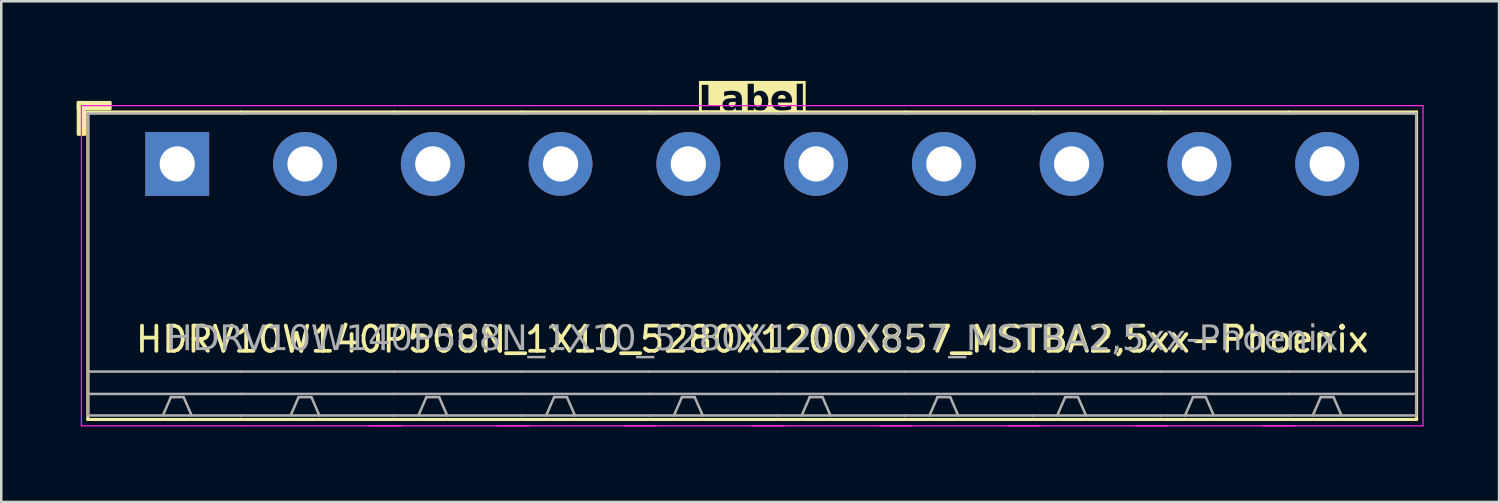
<source format=kicad_pcb>
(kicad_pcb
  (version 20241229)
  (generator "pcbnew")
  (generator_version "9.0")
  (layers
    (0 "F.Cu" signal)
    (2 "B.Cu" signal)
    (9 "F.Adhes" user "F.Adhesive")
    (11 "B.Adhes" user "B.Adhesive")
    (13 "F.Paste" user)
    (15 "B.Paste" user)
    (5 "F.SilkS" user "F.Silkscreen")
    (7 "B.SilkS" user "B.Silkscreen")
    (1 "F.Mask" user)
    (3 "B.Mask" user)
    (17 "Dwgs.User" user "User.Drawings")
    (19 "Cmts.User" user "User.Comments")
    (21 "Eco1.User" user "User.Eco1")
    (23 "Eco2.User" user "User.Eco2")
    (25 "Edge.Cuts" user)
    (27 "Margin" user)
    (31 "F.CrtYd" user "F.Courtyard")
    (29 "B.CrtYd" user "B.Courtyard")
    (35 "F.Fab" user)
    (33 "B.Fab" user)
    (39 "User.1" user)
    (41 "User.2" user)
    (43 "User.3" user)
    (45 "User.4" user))
  (footprint "HDRV10W140P508N_1X10_5280X1200X857_MSTBA2,5xx-Phoenix"
    (layer "F.Cu")
    (at 26.857 3.468)
    (property "Reference" "HDRV10W140P508N_1X10_5280X1200X857_MSTBA2,5xx-Phoenix" (at 0 6.975 0) (layer "F.SilkS") (effects (font (size 1 1) (thickness 0.15))))
    (property "Label" "Label" (at 0 -2.54 0) (layer "F.SilkS" knockout) (effects (font (face "Tahoma") (size 1 1) (thickness 0.2) (bold yes))))
    (attr through_hole)
    (fp_line (start -26.416 -2.065) (end -26.416 10.16) (stroke (width 0.12) (type solid)) (layer "F.SilkS"))
    (fp_line (start -26.416 10.16) (end -20.32 10.16) (stroke (width 0.12) (type solid)) (layer "F.SilkS"))
    (fp_line (start -20.32 -2.065) (end -26.416 -2.065) (stroke (width 0.12) (type solid)) (layer "F.SilkS"))
    (fp_line (start -20.32 -2.065) (end -14.224 -2.065) (stroke (width 0.12) (type solid)) (layer "F.SilkS"))
    (fp_line (start -14.224 -2.065) (end -9.144 -2.065) (stroke (width 0.12) (type solid)) (layer "F.SilkS"))
    (fp_line (start -14.224 10.16) (end -20.32 10.16) (stroke (width 0.12) (type solid)) (layer "F.SilkS"))
    (fp_line (start -9.144 -2.065) (end -4.064 -2.065) (stroke (width 0.12) (type solid)) (layer "F.SilkS"))
    (fp_line (start -9.144 10.16) (end -14.224 10.16) (stroke (width 0.12) (type solid)) (layer "F.SilkS"))
    (fp_line (start -4.064 -2.065) (end 1.016 -2.065) (stroke (width 0.12) (type solid)) (layer "F.SilkS"))
    (fp_line (start -4.064 10.16) (end -9.144 10.16) (stroke (width 0.12) (type solid)) (layer "F.SilkS"))
    (fp_line (start 1.016 -2.065) (end 6.096 -2.065) (stroke (width 0.12) (type solid)) (layer "F.SilkS"))
    (fp_line (start 1.016 10.16) (end -4.064 10.16) (stroke (width 0.12) (type solid)) (layer "F.SilkS"))
    (fp_line (start 6.096 -2.065) (end 11.176 -2.065) (stroke (width 0.12) (type solid)) (layer "F.SilkS"))
    (fp_line (start 6.096 10.16) (end 1.016 10.16) (stroke (width 0.12) (type solid)) (layer "F.SilkS"))
    (fp_line (start 11.176 -2.065) (end 16.256 -2.065) (stroke (width 0.12) (type solid)) (layer "F.SilkS"))
    (fp_line (start 11.176 10.16) (end 6.096 10.16) (stroke (width 0.12) (type solid)) (layer "F.SilkS"))
    (fp_line (start 16.256 -2.065) (end 21.336 -2.065) (stroke (width 0.12) (type solid)) (layer "F.SilkS"))
    (fp_line (start 16.256 10.16) (end 11.176 10.16) (stroke (width 0.12) (type solid)) (layer "F.SilkS"))
    (fp_line (start 21.336 -2.065) (end 26.416 -2.065) (stroke (width 0.12) (type solid)) (layer "F.SilkS"))
    (fp_line (start 21.336 10.16) (end 16.256 10.16) (stroke (width 0.12) (type solid)) (layer "F.SilkS"))
    (fp_line (start 26.416 -2.065) (end 26.416 10.16) (stroke (width 0.12) (type solid)) (layer "F.SilkS"))
    (fp_line (start 26.416 10.16) (end 21.336 10.16) (stroke (width 0.12) (type solid)) (layer "F.SilkS"))
    (fp_rect (start -26.797 -2.446) (end -26.543 -1.176) (stroke (width 0.12) (type solid)) (fill yes) (layer "F.SilkS"))
    (fp_rect (start -26.797 -2.446) (end -25.527 -2.192) (stroke (width 0.12) (type solid)) (fill yes) (layer "F.SilkS"))
    (fp_line (start -26.67 10.414) (end -26.67 -2.319) (stroke (width 0.05) (type solid)) (layer "F.CrtYd"))
    (fp_line (start -20.32 -2.319) (end -26.67 -2.319) (stroke (width 0.05) (type solid)) (layer "F.CrtYd"))
    (fp_line (start -20.32 -2.319) (end -13.97 -2.319) (stroke (width 0.05) (type solid)) (layer "F.CrtYd"))
    (fp_line (start -20.32 10.414) (end -26.67 10.414) (stroke (width 0.05) (type solid)) (layer "F.CrtYd"))
    (fp_line (start -20.32 10.414) (end -13.97 10.414) (stroke (width 0.05) (type solid)) (layer "F.CrtYd"))
    (fp_line (start -15.24 10.414) (end -8.89 10.414) (stroke (width 0.05) (type solid)) (layer "F.CrtYd"))
    (fp_line (start -13.97 -2.319) (end -8.89 -2.319) (stroke (width 0.05) (type solid)) (layer "F.CrtYd"))
    (fp_line (start -10.16 10.414) (end -3.81 10.414) (stroke (width 0.05) (type solid)) (layer "F.CrtYd"))
    (fp_line (start -8.89 -2.319) (end -3.81 -2.319) (stroke (width 0.05) (type solid)) (layer "F.CrtYd"))
    (fp_line (start -5.08 10.414) (end 1.27 10.414) (stroke (width 0.05) (type solid)) (layer "F.CrtYd"))
    (fp_line (start -3.81 -2.319) (end 1.27 -2.319) (stroke (width 0.05) (type solid)) (layer "F.CrtYd"))
    (fp_line (start 0 10.414) (end 6.35 10.414) (stroke (width 0.05) (type solid)) (layer "F.CrtYd"))
    (fp_line (start 1.27 -2.319) (end 6.35 -2.319) (stroke (width 0.05) (type solid)) (layer "F.CrtYd"))
    (fp_line (start 5.08 10.414) (end 11.43 10.414) (stroke (width 0.05) (type solid)) (layer "F.CrtYd"))
    (fp_line (start 6.35 -2.319) (end 11.43 -2.319) (stroke (width 0.05) (type solid)) (layer "F.CrtYd"))
    (fp_line (start 10.16 10.414) (end 16.51 10.414) (stroke (width 0.05) (type solid)) (layer "F.CrtYd"))
    (fp_line (start 11.43 -2.319) (end 16.51 -2.319) (stroke (width 0.05) (type solid)) (layer "F.CrtYd"))
    (fp_line (start 15.24 10.414) (end 21.59 10.414) (stroke (width 0.05) (type solid)) (layer "F.CrtYd"))
    (fp_line (start 16.51 -2.319) (end 21.59 -2.319) (stroke (width 0.05) (type solid)) (layer "F.CrtYd"))
    (fp_line (start 20.32 10.414) (end 26.67 10.414) (stroke (width 0.05) (type solid)) (layer "F.CrtYd"))
    (fp_line (start 21.59 -2.319) (end 26.67 -2.319) (stroke (width 0.05) (type solid)) (layer "F.CrtYd"))
    (fp_line (start 26.67 10.414) (end 26.67 -2.319) (stroke (width 0.05) (type solid)) (layer "F.CrtYd"))
    (fp_line (start -26.4 -2) (end -26.4 10) (stroke (width 0.1) (type solid)) (layer "F.Fab"))
    (fp_line (start -23.114 9.271) (end -23.431 10) (stroke (width 0.1) (type default)) (layer "F.Fab"))
    (fp_line (start -22.606 9.271) (end -23.114 9.271) (stroke (width 0.1) (type default)) (layer "F.Fab"))
    (fp_line (start -22.606 9.271) (end -22.288 10) (stroke (width 0.1) (type default)) (layer "F.Fab"))
    (fp_line (start -20.32 -2) (end -26.4 -2) (stroke (width 0.1) (type solid)) (layer "F.Fab"))
    (fp_line (start -20.32 -2) (end -14.24 -2) (stroke (width 0.1) (type solid)) (layer "F.Fab"))
    (fp_line (start -20.32 8.255) (end -26.4 8.255) (stroke (width 0.1) (type solid)) (layer "F.Fab"))
    (fp_line (start -20.32 8.255) (end -14.24 8.255) (stroke (width 0.1) (type solid)) (layer "F.Fab"))
    (fp_line (start -20.32 9.144) (end -26.4 9.144) (stroke (width 0.1) (type solid)) (layer "F.Fab"))
    (fp_line (start -20.32 9.144) (end -14.24 9.144) (stroke (width 0.1) (type solid)) (layer "F.Fab"))
    (fp_line (start -20.32 10) (end -26.4 10) (stroke (width 0.1) (type solid)) (layer "F.Fab"))
    (fp_line (start -20.32 10) (end -14.24 10) (stroke (width 0.1) (type solid)) (layer "F.Fab"))
    (fp_line (start -18.034 9.271) (end -18.352 10) (stroke (width 0.1) (type default)) (layer "F.Fab"))
    (fp_line (start -17.526 9.271) (end -18.034 9.271) (stroke (width 0.1) (type default)) (layer "F.Fab"))
    (fp_line (start -17.526 9.271) (end -17.209 10) (stroke (width 0.1) (type default)) (layer "F.Fab"))
    (fp_line (start -14.24 -2) (end -9.16 -2) (stroke (width 0.1) (type solid)) (layer "F.Fab"))
    (fp_line (start -14.24 8.255) (end -9.16 8.255) (stroke (width 0.1) (type solid)) (layer "F.Fab"))
    (fp_line (start -14.24 9.144) (end -9.16 9.144) (stroke (width 0.1) (type solid)) (layer "F.Fab"))
    (fp_line (start -14.24 10) (end -9.16 10) (stroke (width 0.1) (type solid)) (layer "F.Fab"))
    (fp_line (start -12.954 9.271) (end -13.271 10) (stroke (width 0.1) (type default)) (layer "F.Fab"))
    (fp_line (start -12.446 9.271) (end -12.954 9.271) (stroke (width 0.1) (type default)) (layer "F.Fab"))
    (fp_line (start -12.446 9.271) (end -12.129 10) (stroke (width 0.1) (type default)) (layer "F.Fab"))
    (fp_line (start -9.16 -2) (end -4.08 -2) (stroke (width 0.1) (type solid)) (layer "F.Fab"))
    (fp_line (start -9.16 8.255) (end -4.08 8.255) (stroke (width 0.1) (type solid)) (layer "F.Fab"))
    (fp_line (start -9.16 9.144) (end -4.08 9.144) (stroke (width 0.1) (type solid)) (layer "F.Fab"))
    (fp_line (start -9.16 10) (end -4.08 10) (stroke (width 0.1) (type solid)) (layer "F.Fab"))
    (fp_line (start -7.874 9.271) (end -8.191 10) (stroke (width 0.1) (type default)) (layer "F.Fab"))
    (fp_line (start -7.366 9.271) (end -7.874 9.271) (stroke (width 0.1) (type default)) (layer "F.Fab"))
    (fp_line (start -7.366 9.271) (end -7.048 10) (stroke (width 0.1) (type default)) (layer "F.Fab"))
    (fp_line (start -4.08 -2) (end 1 -2) (stroke (width 0.1) (type solid)) (layer "F.Fab"))
    (fp_line (start -4.08 8.255) (end 1 8.255) (stroke (width 0.1) (type solid)) (layer "F.Fab"))
    (fp_line (start -4.08 9.144) (end 1 9.144) (stroke (width 0.1) (type solid)) (layer "F.Fab"))
    (fp_line (start -4.08 10) (end 1 10) (stroke (width 0.1) (type solid)) (layer "F.Fab"))
    (fp_line (start -2.794 9.271) (end -3.111 10) (stroke (width 0.1) (type default)) (layer "F.Fab"))
    (fp_line (start -2.286 9.271) (end -2.794 9.271) (stroke (width 0.1) (type default)) (layer "F.Fab"))
    (fp_line (start -2.286 9.271) (end -1.968 10) (stroke (width 0.1) (type default)) (layer "F.Fab"))
    (fp_line (start 1 -2) (end 6.08 -2) (stroke (width 0.1) (type solid)) (layer "F.Fab"))
    (fp_line (start 1 8.255) (end 6.08 8.255) (stroke (width 0.1) (type solid)) (layer "F.Fab"))
    (fp_line (start 1 9.144) (end 6.08 9.144) (stroke (width 0.1) (type solid)) (layer "F.Fab"))
    (fp_line (start 1 10) (end 6.08 10) (stroke (width 0.1) (type solid)) (layer "F.Fab"))
    (fp_line (start 2.286 9.271) (end 1.968 10) (stroke (width 0.1) (type default)) (layer "F.Fab"))
    (fp_line (start 2.794 9.271) (end 2.286 9.271) (stroke (width 0.1) (type default)) (layer "F.Fab"))
    (fp_line (start 2.794 9.271) (end 3.111 10) (stroke (width 0.1) (type default)) (layer "F.Fab"))
    (fp_line (start 6.08 -2) (end 11.16 -2) (stroke (width 0.1) (type solid)) (layer "F.Fab"))
    (fp_line (start 6.08 8.255) (end 11.16 8.255) (stroke (width 0.1) (type solid)) (layer "F.Fab"))
    (fp_line (start 6.08 9.144) (end 11.16 9.144) (stroke (width 0.1) (type solid)) (layer "F.Fab"))
    (fp_line (start 6.08 10) (end 11.16 10) (stroke (width 0.1) (type solid)) (layer "F.Fab"))
    (fp_line (start 7.366 9.271) (end 7.048 10) (stroke (width 0.1) (type default)) (layer "F.Fab"))
    (fp_line (start 7.874 9.271) (end 7.366 9.271) (stroke (width 0.1) (type default)) (layer "F.Fab"))
    (fp_line (start 7.874 9.271) (end 8.191 10) (stroke (width 0.1) (type default)) (layer "F.Fab"))
    (fp_line (start 11.16 -2) (end 16.24 -2) (stroke (width 0.1) (type solid)) (layer "F.Fab"))
    (fp_line (start 11.16 8.255) (end 16.24 8.255) (stroke (width 0.1) (type solid)) (layer "F.Fab"))
    (fp_line (start 11.16 9.144) (end 16.24 9.144) (stroke (width 0.1) (type solid)) (layer "F.Fab"))
    (fp_line (start 11.16 10) (end 16.24 10) (stroke (width 0.1) (type solid)) (layer "F.Fab"))
    (fp_line (start 12.446 9.271) (end 12.129 10) (stroke (width 0.1) (type default)) (layer "F.Fab"))
    (fp_line (start 12.954 9.271) (end 12.446 9.271) (stroke (width 0.1) (type default)) (layer "F.Fab"))
    (fp_line (start 12.954 9.271) (end 13.271 10) (stroke (width 0.1) (type default)) (layer "F.Fab"))
    (fp_line (start 16.24 -2) (end 21.32 -2) (stroke (width 0.1) (type solid)) (layer "F.Fab"))
    (fp_line (start 16.24 8.255) (end 21.32 8.255) (stroke (width 0.1) (type solid)) (layer "F.Fab"))
    (fp_line (start 16.24 9.144) (end 21.32 9.144) (stroke (width 0.1) (type solid)) (layer "F.Fab"))
    (fp_line (start 16.24 10) (end 21.32 10) (stroke (width 0.1) (type solid)) (layer "F.Fab"))
    (fp_line (start 17.526 9.271) (end 17.209 10) (stroke (width 0.1) (type default)) (layer "F.Fab"))
    (fp_line (start 18.034 9.271) (end 17.526 9.271) (stroke (width 0.1) (type default)) (layer "F.Fab"))
    (fp_line (start 18.034 9.271) (end 18.352 10) (stroke (width 0.1) (type default)) (layer "F.Fab"))
    (fp_line (start 21.32 -2) (end 26.4 -2) (stroke (width 0.1) (type solid)) (layer "F.Fab"))
    (fp_line (start 21.32 8.255) (end 26.4 8.255) (stroke (width 0.1) (type solid)) (layer "F.Fab"))
    (fp_line (start 21.32 9.144) (end 26.4 9.144) (stroke (width 0.1) (type solid)) (layer "F.Fab"))
    (fp_line (start 21.32 10) (end 26.4 10) (stroke (width 0.1) (type solid)) (layer "F.Fab"))
    (fp_line (start 22.606 9.271) (end 22.288 10) (stroke (width 0.1) (type default)) (layer "F.Fab"))
    (fp_line (start 23.114 9.271) (end 22.606 9.271) (stroke (width 0.1) (type default)) (layer "F.Fab"))
    (fp_line (start 23.114 9.271) (end 23.431 10) (stroke (width 0.1) (type default)) (layer "F.Fab"))
    (fp_line (start 26.4 -2) (end 26.4 10) (stroke (width 0.1) (type solid)) (layer "F.Fab"))
    (fp_rect (start -23.114 -0.254) (end -22.606 0.254) (stroke (width 0.1) (type solid)) (fill no) (layer "F.Fab"))
    (fp_rect (start -17.526 -0.254) (end -18.034 0.254) (stroke (width 0.1) (type solid)) (fill no) (layer "F.Fab"))
    (fp_rect (start -12.446 -0.254) (end -12.954 0.254) (stroke (width 0.1) (type solid)) (fill no) (layer "F.Fab"))
    (fp_rect (start -7.366 -0.254) (end -7.874 0.254) (stroke (width 0.1) (type solid)) (fill no) (layer "F.Fab"))
    (fp_rect (start -2.286 -0.254) (end -2.794 0.254) (stroke (width 0.1) (type solid)) (fill no) (layer "F.Fab"))
    (fp_rect (start 2.794 -0.254) (end 2.286 0.254) (stroke (width 0.1) (type solid)) (fill no) (layer "F.Fab"))
    (fp_rect (start 7.874 -0.254) (end 7.366 0.254) (stroke (width 0.1) (type solid)) (fill no) (layer "F.Fab"))
    (fp_rect (start 12.954 -0.254) (end 12.446 0.254) (stroke (width 0.1) (type solid)) (fill no) (layer "F.Fab"))
    (fp_rect (start 18.034 -0.254) (end 17.526 0.254) (stroke (width 0.1) (type solid)) (fill no) (layer "F.Fab"))
    (fp_rect (start 23.114 -0.254) (end 22.606 0.254) (stroke (width 0.1) (type solid)) (fill no) (layer "F.Fab"))
    (fp_text user "${REFERENCE}" (at 0 6.985 0) (layer "F.Fab") (effects (font (face "Tahoma") (size 1 1) (thickness 0.15))))
    (pad "1" thru_hole rect (at -22.86 0) (size 2.54 2.54) (drill 1.4) (layers "*.Cu" "*.Mask"))
    (pad "2" thru_hole circle (at -17.78 0) (size 2.54 2.54) (drill 1.4) (layers "*.Cu" "*.Mask"))
    (pad "3" thru_hole circle (at -12.7 0) (size 2.54 2.54) (drill 1.4) (layers "*.Cu" "*.Mask"))
    (pad "4" thru_hole circle (at -7.62 0) (size 2.54 2.54) (drill 1.4) (layers "*.Cu" "*.Mask"))
    (pad "5" thru_hole circle (at -2.54 0) (size 2.54 2.54) (drill 1.4) (layers "*.Cu" "*.Mask"))
    (pad "6" thru_hole circle (at 2.54 0) (size 2.54 2.54) (drill 1.4) (layers "*.Cu" "*.Mask"))
    (pad "7" thru_hole circle (at 7.62 0) (size 2.54 2.54) (drill 1.4) (layers "*.Cu" "*.Mask"))
    (pad "8" thru_hole circle (at 12.7 0) (size 2.54 2.54) (drill 1.4) (layers "*.Cu" "*.Mask"))
    (pad "9" thru_hole circle (at 17.78 0) (size 2.54 2.54) (drill 1.4) (layers "*.Cu" "*.Mask"))
    (pad "10" thru_hole circle (at 22.86 0) (size 2.54 2.54) (drill 1.4) (layers "*.Cu" "*.Mask")))
  (gr_rect
    (start -3 -3)
    (end 56.552 16.907)
    (stroke (width 0.1) (type default))
    (fill no)
    (layer "Edge.Cuts")))
</source>
